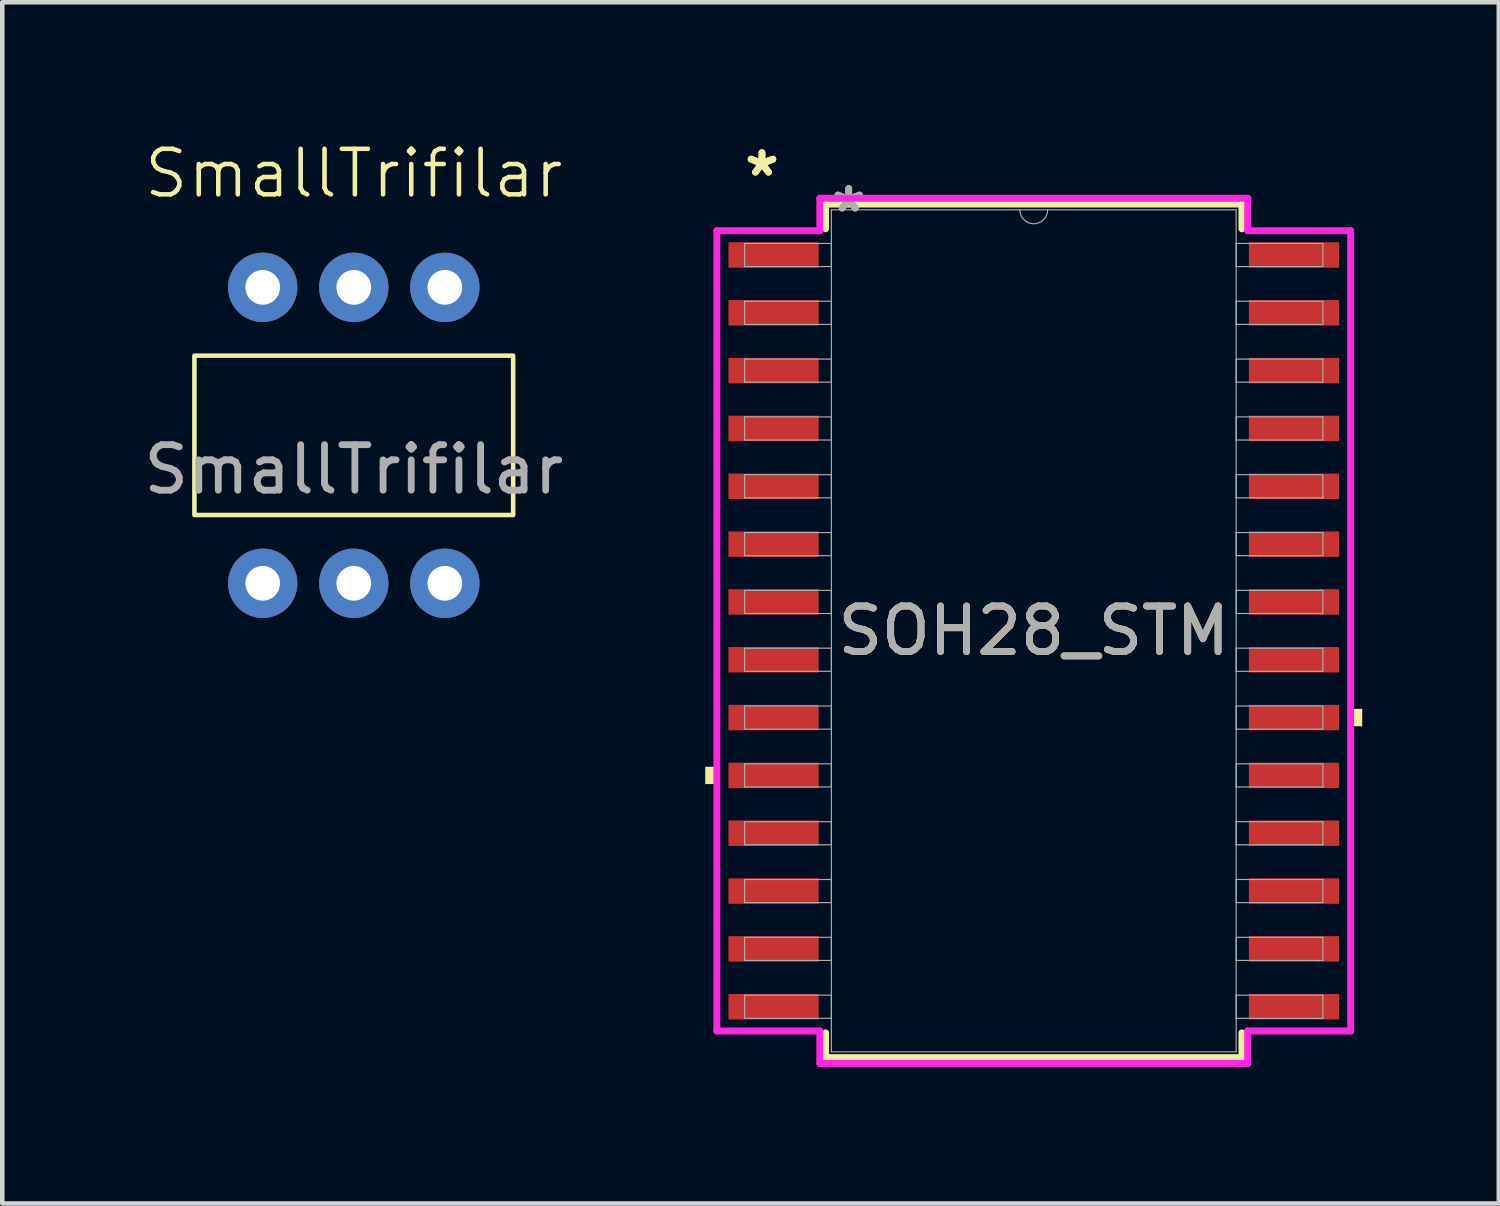
<source format=kicad_pcb>
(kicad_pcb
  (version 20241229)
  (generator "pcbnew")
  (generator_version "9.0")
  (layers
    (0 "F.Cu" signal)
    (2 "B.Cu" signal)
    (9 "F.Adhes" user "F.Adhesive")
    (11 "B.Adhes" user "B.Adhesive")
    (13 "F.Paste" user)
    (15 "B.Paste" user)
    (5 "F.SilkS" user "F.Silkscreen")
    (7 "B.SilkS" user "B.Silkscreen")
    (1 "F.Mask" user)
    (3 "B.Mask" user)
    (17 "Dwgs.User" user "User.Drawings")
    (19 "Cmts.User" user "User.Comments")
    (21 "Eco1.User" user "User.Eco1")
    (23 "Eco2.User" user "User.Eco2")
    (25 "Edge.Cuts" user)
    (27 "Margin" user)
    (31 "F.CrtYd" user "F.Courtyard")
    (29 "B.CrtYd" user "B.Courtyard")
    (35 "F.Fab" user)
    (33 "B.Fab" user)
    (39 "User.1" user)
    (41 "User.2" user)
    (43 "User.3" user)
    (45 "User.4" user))
  (footprint "SOH28_STM"
    (layer "F.Cu")
    (at 19.654 10.805)
    (property "Reference" "SOH28_STM" (at 0 0 0) (unlocked yes) (layer "F.SilkS") (effects (font (size 1 1) (thickness 0.15))))
    (attr smd)
    (fp_line (start -4.572 -9.373) (end -4.572 -8.83) (stroke (width 0.152) (type solid)) (layer "F.SilkS"))
    (fp_line (start -4.572 8.83) (end -4.572 9.373) (stroke (width 0.152) (type solid)) (layer "F.SilkS"))
    (fp_line (start -4.572 9.373) (end 4.572 9.373) (stroke (width 0.152) (type solid)) (layer "F.SilkS"))
    (fp_line (start 4.572 -9.373) (end -4.572 -9.373) (stroke (width 0.152) (type solid)) (layer "F.SilkS"))
    (fp_line (start 4.572 -8.83) (end 4.572 -9.373) (stroke (width 0.152) (type solid)) (layer "F.SilkS"))
    (fp_line (start 4.572 9.373) (end 4.572 8.83) (stroke (width 0.152) (type solid)) (layer "F.SilkS"))
    (fp_poly (pts (xy -7.214 2.985) (xy -7.214 3.365) (xy -6.96 3.365) (xy -6.96 2.985)) (stroke (width 0) (type solid)) (fill yes) (layer "F.SilkS"))
    (fp_poly (pts (xy 7.214 1.714) (xy 7.214 2.095) (xy 6.96 2.095) (xy 6.96 1.714)) (stroke (width 0) (type solid)) (fill yes) (layer "F.SilkS"))
    (fp_line (start -6.96 -8.788) (end -4.699 -8.788) (stroke (width 0.152) (type solid)) (layer "F.CrtYd"))
    (fp_line (start -6.96 8.788) (end -6.96 -8.788) (stroke (width 0.152) (type solid)) (layer "F.CrtYd"))
    (fp_line (start -6.96 8.788) (end -4.699 8.788) (stroke (width 0.152) (type solid)) (layer "F.CrtYd"))
    (fp_line (start -4.699 -9.5) (end 4.699 -9.5) (stroke (width 0.152) (type solid)) (layer "F.CrtYd"))
    (fp_line (start -4.699 -8.788) (end -4.699 -9.5) (stroke (width 0.152) (type solid)) (layer "F.CrtYd"))
    (fp_line (start -4.699 9.5) (end -4.699 8.788) (stroke (width 0.152) (type solid)) (layer "F.CrtYd"))
    (fp_line (start 4.699 -9.5) (end 4.699 -8.788) (stroke (width 0.152) (type solid)) (layer "F.CrtYd"))
    (fp_line (start 4.699 8.788) (end 4.699 9.5) (stroke (width 0.152) (type solid)) (layer "F.CrtYd"))
    (fp_line (start 4.699 9.5) (end -4.699 9.5) (stroke (width 0.152) (type solid)) (layer "F.CrtYd"))
    (fp_line (start 6.96 -8.788) (end 4.699 -8.788) (stroke (width 0.152) (type solid)) (layer "F.CrtYd"))
    (fp_line (start 6.96 -8.788) (end 6.96 8.788) (stroke (width 0.152) (type solid)) (layer "F.CrtYd"))
    (fp_line (start 6.96 8.788) (end 4.699 8.788) (stroke (width 0.152) (type solid)) (layer "F.CrtYd"))
    (fp_line (start -6.35 -8.509) (end -6.35 -8.001) (stroke (width 0.025) (type solid)) (layer "F.Fab"))
    (fp_line (start -6.35 -8.001) (end -4.445 -8.001) (stroke (width 0.025) (type solid)) (layer "F.Fab"))
    (fp_line (start -6.35 -7.239) (end -6.35 -6.731) (stroke (width 0.025) (type solid)) (layer "F.Fab"))
    (fp_line (start -6.35 -6.731) (end -4.445 -6.731) (stroke (width 0.025) (type solid)) (layer "F.Fab"))
    (fp_line (start -6.35 -5.969) (end -6.35 -5.461) (stroke (width 0.025) (type solid)) (layer "F.Fab"))
    (fp_line (start -6.35 -5.461) (end -4.445 -5.461) (stroke (width 0.025) (type solid)) (layer "F.Fab"))
    (fp_line (start -6.35 -4.699) (end -6.35 -4.191) (stroke (width 0.025) (type solid)) (layer "F.Fab"))
    (fp_line (start -6.35 -4.191) (end -4.445 -4.191) (stroke (width 0.025) (type solid)) (layer "F.Fab"))
    (fp_line (start -6.35 -3.429) (end -6.35 -2.921) (stroke (width 0.025) (type solid)) (layer "F.Fab"))
    (fp_line (start -6.35 -2.921) (end -4.445 -2.921) (stroke (width 0.025) (type solid)) (layer "F.Fab"))
    (fp_line (start -6.35 -2.159) (end -6.35 -1.651) (stroke (width 0.025) (type solid)) (layer "F.Fab"))
    (fp_line (start -6.35 -1.651) (end -4.445 -1.651) (stroke (width 0.025) (type solid)) (layer "F.Fab"))
    (fp_line (start -6.35 -0.889) (end -6.35 -0.381) (stroke (width 0.025) (type solid)) (layer "F.Fab"))
    (fp_line (start -6.35 -0.381) (end -4.445 -0.381) (stroke (width 0.025) (type solid)) (layer "F.Fab"))
    (fp_line (start -6.35 0.381) (end -6.35 0.889) (stroke (width 0.025) (type solid)) (layer "F.Fab"))
    (fp_line (start -6.35 0.889) (end -4.445 0.889) (stroke (width 0.025) (type solid)) (layer "F.Fab"))
    (fp_line (start -6.35 1.651) (end -6.35 2.159) (stroke (width 0.025) (type solid)) (layer "F.Fab"))
    (fp_line (start -6.35 2.159) (end -4.445 2.159) (stroke (width 0.025) (type solid)) (layer "F.Fab"))
    (fp_line (start -6.35 2.921) (end -6.35 3.429) (stroke (width 0.025) (type solid)) (layer "F.Fab"))
    (fp_line (start -6.35 3.429) (end -4.445 3.429) (stroke (width 0.025) (type solid)) (layer "F.Fab"))
    (fp_line (start -6.35 4.191) (end -6.35 4.699) (stroke (width 0.025) (type solid)) (layer "F.Fab"))
    (fp_line (start -6.35 4.699) (end -4.445 4.699) (stroke (width 0.025) (type solid)) (layer "F.Fab"))
    (fp_line (start -6.35 5.461) (end -6.35 5.969) (stroke (width 0.025) (type solid)) (layer "F.Fab"))
    (fp_line (start -6.35 5.969) (end -4.445 5.969) (stroke (width 0.025) (type solid)) (layer "F.Fab"))
    (fp_line (start -6.35 6.731) (end -6.35 7.239) (stroke (width 0.025) (type solid)) (layer "F.Fab"))
    (fp_line (start -6.35 7.239) (end -4.445 7.239) (stroke (width 0.025) (type solid)) (layer "F.Fab"))
    (fp_line (start -6.35 8.001) (end -6.35 8.509) (stroke (width 0.025) (type solid)) (layer "F.Fab"))
    (fp_line (start -6.35 8.509) (end -4.445 8.509) (stroke (width 0.025) (type solid)) (layer "F.Fab"))
    (fp_line (start -4.445 -9.246) (end -4.445 9.246) (stroke (width 0.025) (type solid)) (layer "F.Fab"))
    (fp_line (start -4.445 -8.509) (end -6.35 -8.509) (stroke (width 0.025) (type solid)) (layer "F.Fab"))
    (fp_line (start -4.445 -8.001) (end -4.445 -8.509) (stroke (width 0.025) (type solid)) (layer "F.Fab"))
    (fp_line (start -4.445 -7.239) (end -6.35 -7.239) (stroke (width 0.025) (type solid)) (layer "F.Fab"))
    (fp_line (start -4.445 -6.731) (end -4.445 -7.239) (stroke (width 0.025) (type solid)) (layer "F.Fab"))
    (fp_line (start -4.445 -5.969) (end -6.35 -5.969) (stroke (width 0.025) (type solid)) (layer "F.Fab"))
    (fp_line (start -4.445 -5.461) (end -4.445 -5.969) (stroke (width 0.025) (type solid)) (layer "F.Fab"))
    (fp_line (start -4.445 -4.699) (end -6.35 -4.699) (stroke (width 0.025) (type solid)) (layer "F.Fab"))
    (fp_line (start -4.445 -4.191) (end -4.445 -4.699) (stroke (width 0.025) (type solid)) (layer "F.Fab"))
    (fp_line (start -4.445 -3.429) (end -6.35 -3.429) (stroke (width 0.025) (type solid)) (layer "F.Fab"))
    (fp_line (start -4.445 -2.921) (end -4.445 -3.429) (stroke (width 0.025) (type solid)) (layer "F.Fab"))
    (fp_line (start -4.445 -2.159) (end -6.35 -2.159) (stroke (width 0.025) (type solid)) (layer "F.Fab"))
    (fp_line (start -4.445 -1.651) (end -4.445 -2.159) (stroke (width 0.025) (type solid)) (layer "F.Fab"))
    (fp_line (start -4.445 -0.889) (end -6.35 -0.889) (stroke (width 0.025) (type solid)) (layer "F.Fab"))
    (fp_line (start -4.445 -0.381) (end -4.445 -0.889) (stroke (width 0.025) (type solid)) (layer "F.Fab"))
    (fp_line (start -4.445 0.381) (end -6.35 0.381) (stroke (width 0.025) (type solid)) (layer "F.Fab"))
    (fp_line (start -4.445 0.889) (end -4.445 0.381) (stroke (width 0.025) (type solid)) (layer "F.Fab"))
    (fp_line (start -4.445 1.651) (end -6.35 1.651) (stroke (width 0.025) (type solid)) (layer "F.Fab"))
    (fp_line (start -4.445 2.159) (end -4.445 1.651) (stroke (width 0.025) (type solid)) (layer "F.Fab"))
    (fp_line (start -4.445 2.921) (end -6.35 2.921) (stroke (width 0.025) (type solid)) (layer "F.Fab"))
    (fp_line (start -4.445 3.429) (end -4.445 2.921) (stroke (width 0.025) (type solid)) (layer "F.Fab"))
    (fp_line (start -4.445 4.191) (end -6.35 4.191) (stroke (width 0.025) (type solid)) (layer "F.Fab"))
    (fp_line (start -4.445 4.699) (end -4.445 4.191) (stroke (width 0.025) (type solid)) (layer "F.Fab"))
    (fp_line (start -4.445 5.461) (end -6.35 5.461) (stroke (width 0.025) (type solid)) (layer "F.Fab"))
    (fp_line (start -4.445 5.969) (end -4.445 5.461) (stroke (width 0.025) (type solid)) (layer "F.Fab"))
    (fp_line (start -4.445 6.731) (end -6.35 6.731) (stroke (width 0.025) (type solid)) (layer "F.Fab"))
    (fp_line (start -4.445 7.239) (end -4.445 6.731) (stroke (width 0.025) (type solid)) (layer "F.Fab"))
    (fp_line (start -4.445 8.001) (end -6.35 8.001) (stroke (width 0.025) (type solid)) (layer "F.Fab"))
    (fp_line (start -4.445 8.509) (end -4.445 8.001) (stroke (width 0.025) (type solid)) (layer "F.Fab"))
    (fp_line (start -4.445 9.246) (end 4.445 9.246) (stroke (width 0.025) (type solid)) (layer "F.Fab"))
    (fp_line (start 4.445 -9.246) (end -4.445 -9.246) (stroke (width 0.025) (type solid)) (layer "F.Fab"))
    (fp_line (start 4.445 -8.509) (end 4.445 -8.001) (stroke (width 0.025) (type solid)) (layer "F.Fab"))
    (fp_line (start 4.445 -8.001) (end 6.35 -8.001) (stroke (width 0.025) (type solid)) (layer "F.Fab"))
    (fp_line (start 4.445 -7.239) (end 4.445 -6.731) (stroke (width 0.025) (type solid)) (layer "F.Fab"))
    (fp_line (start 4.445 -6.731) (end 6.35 -6.731) (stroke (width 0.025) (type solid)) (layer "F.Fab"))
    (fp_line (start 4.445 -5.969) (end 4.445 -5.461) (stroke (width 0.025) (type solid)) (layer "F.Fab"))
    (fp_line (start 4.445 -5.461) (end 6.35 -5.461) (stroke (width 0.025) (type solid)) (layer "F.Fab"))
    (fp_line (start 4.445 -4.699) (end 4.445 -4.191) (stroke (width 0.025) (type solid)) (layer "F.Fab"))
    (fp_line (start 4.445 -4.191) (end 6.35 -4.191) (stroke (width 0.025) (type solid)) (layer "F.Fab"))
    (fp_line (start 4.445 -3.429) (end 4.445 -2.921) (stroke (width 0.025) (type solid)) (layer "F.Fab"))
    (fp_line (start 4.445 -2.921) (end 6.35 -2.921) (stroke (width 0.025) (type solid)) (layer "F.Fab"))
    (fp_line (start 4.445 -2.159) (end 4.445 -1.651) (stroke (width 0.025) (type solid)) (layer "F.Fab"))
    (fp_line (start 4.445 -1.651) (end 6.35 -1.651) (stroke (width 0.025) (type solid)) (layer "F.Fab"))
    (fp_line (start 4.445 -0.889) (end 4.445 -0.381) (stroke (width 0.025) (type solid)) (layer "F.Fab"))
    (fp_line (start 4.445 -0.381) (end 6.35 -0.381) (stroke (width 0.025) (type solid)) (layer "F.Fab"))
    (fp_line (start 4.445 0.381) (end 4.445 0.889) (stroke (width 0.025) (type solid)) (layer "F.Fab"))
    (fp_line (start 4.445 0.889) (end 6.35 0.889) (stroke (width 0.025) (type solid)) (layer "F.Fab"))
    (fp_line (start 4.445 1.651) (end 4.445 2.159) (stroke (width 0.025) (type solid)) (layer "F.Fab"))
    (fp_line (start 4.445 2.159) (end 6.35 2.159) (stroke (width 0.025) (type solid)) (layer "F.Fab"))
    (fp_line (start 4.445 2.921) (end 4.445 3.429) (stroke (width 0.025) (type solid)) (layer "F.Fab"))
    (fp_line (start 4.445 3.429) (end 6.35 3.429) (stroke (width 0.025) (type solid)) (layer "F.Fab"))
    (fp_line (start 4.445 4.191) (end 4.445 4.699) (stroke (width 0.025) (type solid)) (layer "F.Fab"))
    (fp_line (start 4.445 4.699) (end 6.35 4.699) (stroke (width 0.025) (type solid)) (layer "F.Fab"))
    (fp_line (start 4.445 5.461) (end 4.445 5.969) (stroke (width 0.025) (type solid)) (layer "F.Fab"))
    (fp_line (start 4.445 5.969) (end 6.35 5.969) (stroke (width 0.025) (type solid)) (layer "F.Fab"))
    (fp_line (start 4.445 6.731) (end 4.445 7.239) (stroke (width 0.025) (type solid)) (layer "F.Fab"))
    (fp_line (start 4.445 7.239) (end 6.35 7.239) (stroke (width 0.025) (type solid)) (layer "F.Fab"))
    (fp_line (start 4.445 8.001) (end 4.445 8.509) (stroke (width 0.025) (type solid)) (layer "F.Fab"))
    (fp_line (start 4.445 8.509) (end 6.35 8.509) (stroke (width 0.025) (type solid)) (layer "F.Fab"))
    (fp_line (start 4.445 9.246) (end 4.445 -9.246) (stroke (width 0.025) (type solid)) (layer "F.Fab"))
    (fp_line (start 6.35 -8.509) (end 4.445 -8.509) (stroke (width 0.025) (type solid)) (layer "F.Fab"))
    (fp_line (start 6.35 -8.001) (end 6.35 -8.509) (stroke (width 0.025) (type solid)) (layer "F.Fab"))
    (fp_line (start 6.35 -7.239) (end 4.445 -7.239) (stroke (width 0.025) (type solid)) (layer "F.Fab"))
    (fp_line (start 6.35 -6.731) (end 6.35 -7.239) (stroke (width 0.025) (type solid)) (layer "F.Fab"))
    (fp_line (start 6.35 -5.969) (end 4.445 -5.969) (stroke (width 0.025) (type solid)) (layer "F.Fab"))
    (fp_line (start 6.35 -5.461) (end 6.35 -5.969) (stroke (width 0.025) (type solid)) (layer "F.Fab"))
    (fp_line (start 6.35 -4.699) (end 4.445 -4.699) (stroke (width 0.025) (type solid)) (layer "F.Fab"))
    (fp_line (start 6.35 -4.191) (end 6.35 -4.699) (stroke (width 0.025) (type solid)) (layer "F.Fab"))
    (fp_line (start 6.35 -3.429) (end 4.445 -3.429) (stroke (width 0.025) (type solid)) (layer "F.Fab"))
    (fp_line (start 6.35 -2.921) (end 6.35 -3.429) (stroke (width 0.025) (type solid)) (layer "F.Fab"))
    (fp_line (start 6.35 -2.159) (end 4.445 -2.159) (stroke (width 0.025) (type solid)) (layer "F.Fab"))
    (fp_line (start 6.35 -1.651) (end 6.35 -2.159) (stroke (width 0.025) (type solid)) (layer "F.Fab"))
    (fp_line (start 6.35 -0.889) (end 4.445 -0.889) (stroke (width 0.025) (type solid)) (layer "F.Fab"))
    (fp_line (start 6.35 -0.381) (end 6.35 -0.889) (stroke (width 0.025) (type solid)) (layer "F.Fab"))
    (fp_line (start 6.35 0.381) (end 4.445 0.381) (stroke (width 0.025) (type solid)) (layer "F.Fab"))
    (fp_line (start 6.35 0.889) (end 6.35 0.381) (stroke (width 0.025) (type solid)) (layer "F.Fab"))
    (fp_line (start 6.35 1.651) (end 4.445 1.651) (stroke (width 0.025) (type solid)) (layer "F.Fab"))
    (fp_line (start 6.35 2.159) (end 6.35 1.651) (stroke (width 0.025) (type solid)) (layer "F.Fab"))
    (fp_line (start 6.35 2.921) (end 4.445 2.921) (stroke (width 0.025) (type solid)) (layer "F.Fab"))
    (fp_line (start 6.35 3.429) (end 6.35 2.921) (stroke (width 0.025) (type solid)) (layer "F.Fab"))
    (fp_line (start 6.35 4.191) (end 4.445 4.191) (stroke (width 0.025) (type solid)) (layer "F.Fab"))
    (fp_line (start 6.35 4.699) (end 6.35 4.191) (stroke (width 0.025) (type solid)) (layer "F.Fab"))
    (fp_line (start 6.35 5.461) (end 4.445 5.461) (stroke (width 0.025) (type solid)) (layer "F.Fab"))
    (fp_line (start 6.35 5.969) (end 6.35 5.461) (stroke (width 0.025) (type solid)) (layer "F.Fab"))
    (fp_line (start 6.35 6.731) (end 4.445 6.731) (stroke (width 0.025) (type solid)) (layer "F.Fab"))
    (fp_line (start 6.35 7.239) (end 6.35 6.731) (stroke (width 0.025) (type solid)) (layer "F.Fab"))
    (fp_line (start 6.35 8.001) (end 4.445 8.001) (stroke (width 0.025) (type solid)) (layer "F.Fab"))
    (fp_line (start 6.35 8.509) (end 6.35 8.001) (stroke (width 0.025) (type solid)) (layer "F.Fab"))
    (fp_arc (start 0.3048 -9.2456) (mid 0 -8.9408) (end -0.3048 -9.2456) (stroke (width 0.0254) (type solid)) (layer "F.Fab"))
    (fp_text user "*" (at -5.969 -9.957 0) (layer "F.SilkS") (effects (font (size 1 1) (thickness 0.15))))
    (fp_text user "*" (at -5.969 -9.957 0) (unlocked yes) (layer "F.SilkS") (effects (font (size 1 1) (thickness 0.15))))
    (fp_text user "${REFERENCE}" (at 0 0 0) (unlocked yes) (layer "F.Fab") (effects (font (size 1 1) (thickness 0.15))))
    (fp_text user "*" (at -4.064 -9.169 0) (layer "F.Fab") (effects (font (size 1 1) (thickness 0.15))))
    (fp_text user "*" (at -4.064 -9.169 0) (unlocked yes) (layer "F.Fab") (effects (font (size 1 1) (thickness 0.15))))
    (pad "1" smd rect (at -5.715 -8.255) (size 1.981 0.559) (layers "F.Cu" "F.Mask" "F.Paste"))
    (pad "2" smd rect (at -5.715 -6.985) (size 1.981 0.559) (layers "F.Cu" "F.Mask" "F.Paste"))
    (pad "3" smd rect (at -5.715 -5.715) (size 1.981 0.559) (layers "F.Cu" "F.Mask" "F.Paste"))
    (pad "4" smd rect (at -5.715 -4.445) (size 1.981 0.559) (layers "F.Cu" "F.Mask" "F.Paste"))
    (pad "5" smd rect (at -5.715 -3.175) (size 1.981 0.559) (layers "F.Cu" "F.Mask" "F.Paste"))
    (pad "6" smd rect (at -5.715 -1.905) (size 1.981 0.559) (layers "F.Cu" "F.Mask" "F.Paste"))
    (pad "7" smd rect (at -5.715 -0.635) (size 1.981 0.559) (layers "F.Cu" "F.Mask" "F.Paste"))
    (pad "8" smd rect (at -5.715 0.635) (size 1.981 0.559) (layers "F.Cu" "F.Mask" "F.Paste"))
    (pad "9" smd rect (at -5.715 1.905) (size 1.981 0.559) (layers "F.Cu" "F.Mask" "F.Paste"))
    (pad "10" smd rect (at -5.715 3.175) (size 1.981 0.559) (layers "F.Cu" "F.Mask" "F.Paste"))
    (pad "11" smd rect (at -5.715 4.445) (size 1.981 0.559) (layers "F.Cu" "F.Mask" "F.Paste"))
    (pad "12" smd rect (at -5.715 5.715) (size 1.981 0.559) (layers "F.Cu" "F.Mask" "F.Paste"))
    (pad "13" smd rect (at -5.715 6.985) (size 1.981 0.559) (layers "F.Cu" "F.Mask" "F.Paste"))
    (pad "14" smd rect (at -5.715 8.255) (size 1.981 0.559) (layers "F.Cu" "F.Mask" "F.Paste"))
    (pad "15" smd rect (at 5.715 8.255) (size 1.981 0.559) (layers "F.Cu" "F.Mask" "F.Paste"))
    (pad "16" smd rect (at 5.715 6.985) (size 1.981 0.559) (layers "F.Cu" "F.Mask" "F.Paste"))
    (pad "17" smd rect (at 5.715 5.715) (size 1.981 0.559) (layers "F.Cu" "F.Mask" "F.Paste"))
    (pad "18" smd rect (at 5.715 4.445) (size 1.981 0.559) (layers "F.Cu" "F.Mask" "F.Paste"))
    (pad "19" smd rect (at 5.715 3.175) (size 1.981 0.559) (layers "F.Cu" "F.Mask" "F.Paste"))
    (pad "20" smd rect (at 5.715 1.905) (size 1.981 0.559) (layers "F.Cu" "F.Mask" "F.Paste"))
    (pad "21" smd rect (at 5.715 0.635) (size 1.981 0.559) (layers "F.Cu" "F.Mask" "F.Paste"))
    (pad "22" smd rect (at 5.715 -0.635) (size 1.981 0.559) (layers "F.Cu" "F.Mask" "F.Paste"))
    (pad "23" smd rect (at 5.715 -1.905) (size 1.981 0.559) (layers "F.Cu" "F.Mask" "F.Paste"))
    (pad "24" smd rect (at 5.715 -3.175) (size 1.981 0.559) (layers "F.Cu" "F.Mask" "F.Paste"))
    (pad "25" smd rect (at 5.715 -4.445) (size 1.981 0.559) (layers "F.Cu" "F.Mask" "F.Paste"))
    (pad "26" smd rect (at 5.715 -5.715) (size 1.981 0.559) (layers "F.Cu" "F.Mask" "F.Paste"))
    (pad "27" smd rect (at 5.715 -6.985) (size 1.981 0.559) (layers "F.Cu" "F.Mask" "F.Paste"))
    (pad "28" smd rect (at 5.715 -8.255) (size 1.981 0.559) (layers "F.Cu" "F.Mask" "F.Paste")))
  (footprint "SmallTrifilar"
    (layer "F.Cu")
    (at 4.72 6.261)
    (property "Reference" "SmallTrifilar" (at 0 -5.5 0) (unlocked yes) (layer "F.SilkS") (effects (font (size 1 1) (thickness 0.1))))
    (attr through_hole)
    (fp_rect (start -3.5 -1.5) (end 3.5 2) (stroke (width 0.1) (type default)) (fill no) (layer "F.SilkS"))
    (fp_text user "${REFERENCE}" (at 0 1 0) (unlocked yes) (layer "F.Fab") (effects (font (size 1 1) (thickness 0.15))))
    (pad "1" thru_hole circle (at -2 -3) (size 1.524 1.524) (drill 0.762) (layers "*.Cu" "*.Mask"))
    (pad "2" thru_hole circle (at -2 3.5) (size 1.524 1.524) (drill 0.762) (layers "*.Cu" "*.Mask"))
    (pad "3" thru_hole circle (at 0 -3) (size 1.524 1.524) (drill 0.762) (layers "*.Cu" "*.Mask"))
    (pad "4" thru_hole circle (at 0 3.5) (size 1.524 1.524) (drill 0.762) (layers "*.Cu" "*.Mask"))
    (pad "5" thru_hole circle (at 2 -3) (size 1.524 1.524) (drill 0.762) (layers "*.Cu" "*.Mask"))
    (pad "6" thru_hole circle (at 2 3.5) (size 1.524 1.524) (drill 0.762) (layers "*.Cu" "*.Mask")))
  (gr_rect
    (start -3 -3)
    (end 29.868 23.381)
    (stroke (width 0.1) (type default))
    (fill no)
    (layer "Edge.Cuts")))
</source>
